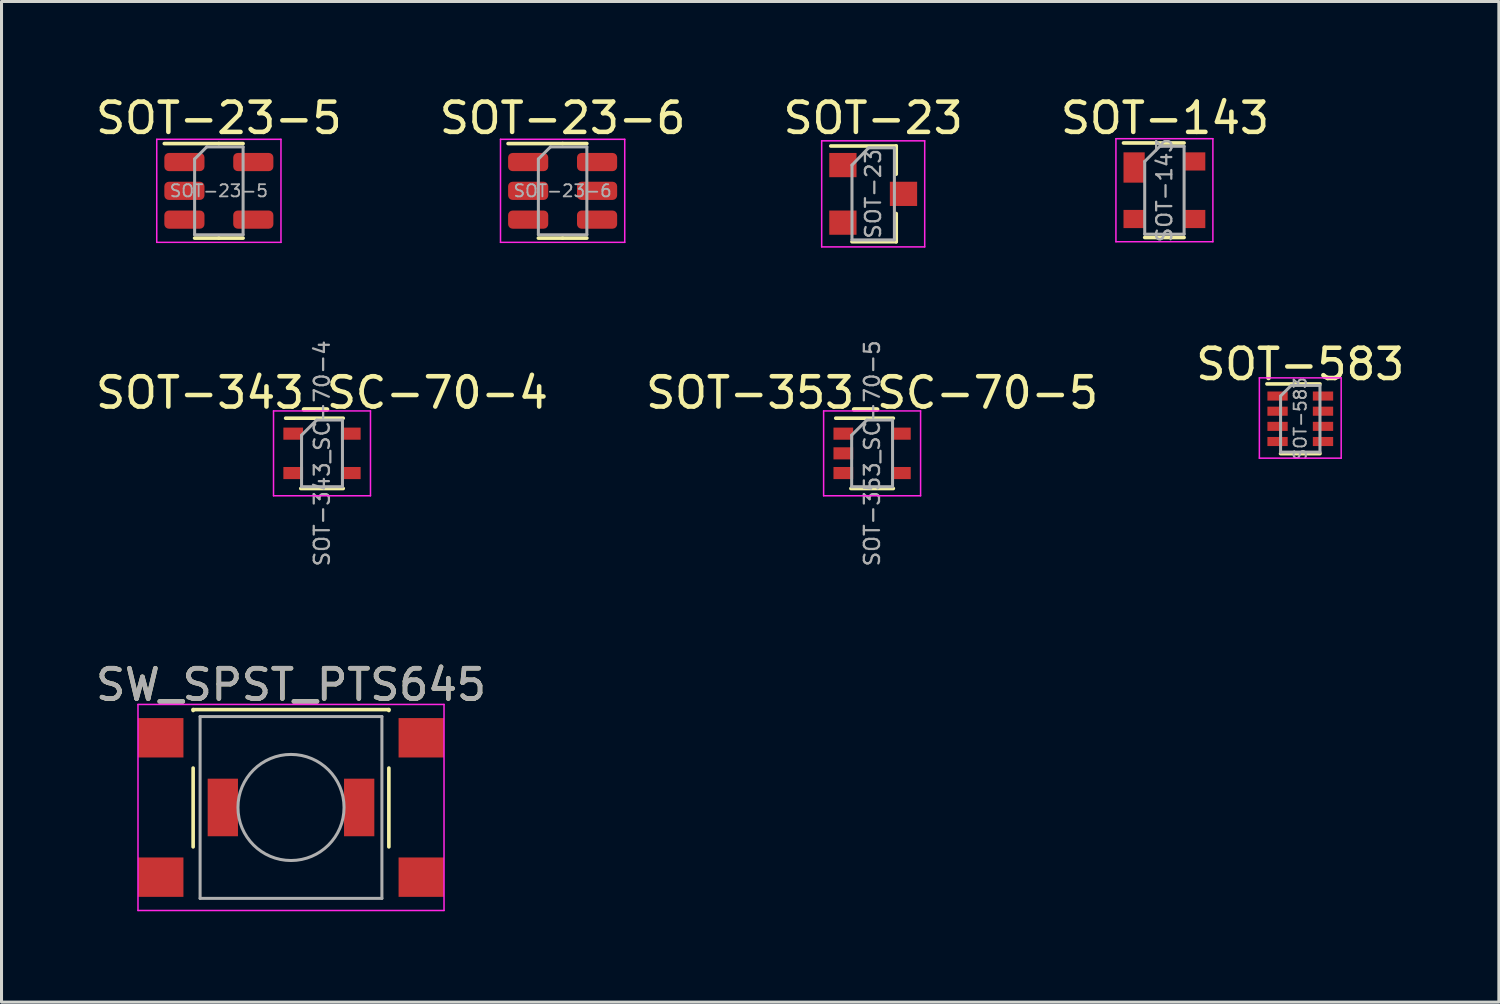
<source format=kicad_pcb>
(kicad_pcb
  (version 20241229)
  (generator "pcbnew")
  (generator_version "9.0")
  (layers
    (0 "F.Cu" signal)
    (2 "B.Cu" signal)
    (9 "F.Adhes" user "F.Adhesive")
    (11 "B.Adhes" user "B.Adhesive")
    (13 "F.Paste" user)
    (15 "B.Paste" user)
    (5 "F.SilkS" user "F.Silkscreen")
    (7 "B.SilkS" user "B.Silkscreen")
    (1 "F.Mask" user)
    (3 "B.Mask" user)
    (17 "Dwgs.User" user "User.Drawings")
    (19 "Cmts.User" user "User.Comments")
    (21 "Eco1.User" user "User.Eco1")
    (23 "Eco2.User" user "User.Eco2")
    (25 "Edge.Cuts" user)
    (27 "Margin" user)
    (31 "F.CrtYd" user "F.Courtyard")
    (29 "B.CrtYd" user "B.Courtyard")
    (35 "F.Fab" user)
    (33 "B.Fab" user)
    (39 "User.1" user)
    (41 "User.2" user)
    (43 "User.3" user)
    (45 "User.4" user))
  (footprint "SOT-343_SC-70-4"
    (layer "F.Cu")
    (at 7.577 11.912)
    (property "Reference" "SOT-343_SC-70-4" (at 0 -2 0) (layer "F.SilkS") (effects (font (size 1 1) (thickness 0.15))))
    (attr smd)
    (fp_line (start -0.7 1.16) (end 0.7 1.16) (stroke (width 0.12) (type solid)) (layer "F.SilkS"))
    (fp_line (start 0.7 -1.16) (end -1.2 -1.16) (stroke (width 0.12) (type solid)) (layer "F.SilkS"))
    (fp_line (start -1.6 -1.4) (end -1.6 1.4) (stroke (width 0.05) (type solid)) (layer "F.CrtYd"))
    (fp_line (start -1.6 -1.4) (end 1.6 -1.4) (stroke (width 0.05) (type solid)) (layer "F.CrtYd"))
    (fp_line (start -1.6 1.4) (end 1.6 1.4) (stroke (width 0.05) (type solid)) (layer "F.CrtYd"))
    (fp_line (start 1.6 1.4) (end 1.6 -1.4) (stroke (width 0.05) (type solid)) (layer "F.CrtYd"))
    (fp_line (start -0.675 -0.6) (end -0.675 1.1) (stroke (width 0.1) (type solid)) (layer "F.Fab"))
    (fp_line (start -0.175 -1.1) (end -0.675 -0.6) (stroke (width 0.1) (type solid)) (layer "F.Fab"))
    (fp_line (start 0.675 -1.1) (end -0.175 -1.1) (stroke (width 0.1) (type solid)) (layer "F.Fab"))
    (fp_line (start 0.675 -1.1) (end 0.675 1.1) (stroke (width 0.1) (type solid)) (layer "F.Fab"))
    (fp_line (start 0.675 1.1) (end -0.675 1.1) (stroke (width 0.1) (type solid)) (layer "F.Fab"))
    (fp_text user "${REFERENCE}" (at 0 0 90) (layer "F.Fab") (effects (font (size 0.5 0.5) (thickness 0.075))))
    (pad "1" smd rect (at -0.95 -0.65) (size 0.65 0.4) (layers "F.Cu" "F.Mask" "F.Paste"))
    (pad "2" smd rect (at -0.95 0.65) (size 0.65 0.4) (layers "F.Cu" "F.Mask" "F.Paste"))
    (pad "3" smd rect (at 0.95 0.65) (size 0.65 0.4) (layers "F.Cu" "F.Mask" "F.Paste"))
    (pad "4" smd rect (at 0.95 -0.65) (size 0.65 0.4) (layers "F.Cu" "F.Mask" "F.Paste")))
  (footprint "SOT-23"
    (layer "F.Cu")
    (at 25.768 3.348)
    (property "Reference" "SOT-23" (at 0 -2.5 0) (layer "F.SilkS") (effects (font (size 1 1) (thickness 0.15))))
    (attr smd)
    (fp_line (start 0.76 -1.58) (end -1.4 -1.58) (stroke (width 0.12) (type solid)) (layer "F.SilkS"))
    (fp_line (start 0.76 -1.58) (end 0.76 -0.65) (stroke (width 0.12) (type solid)) (layer "F.SilkS"))
    (fp_line (start 0.76 1.58) (end -0.7 1.58) (stroke (width 0.12) (type solid)) (layer "F.SilkS"))
    (fp_line (start 0.76 1.58) (end 0.76 0.65) (stroke (width 0.12) (type solid)) (layer "F.SilkS"))
    (fp_line (start -1.7 -1.75) (end 1.7 -1.75) (stroke (width 0.05) (type solid)) (layer "F.CrtYd"))
    (fp_line (start -1.7 1.75) (end -1.7 -1.75) (stroke (width 0.05) (type solid)) (layer "F.CrtYd"))
    (fp_line (start 1.7 -1.75) (end 1.7 1.75) (stroke (width 0.05) (type solid)) (layer "F.CrtYd"))
    (fp_line (start 1.7 1.75) (end -1.7 1.75) (stroke (width 0.05) (type solid)) (layer "F.CrtYd"))
    (fp_line (start -0.7 -0.95) (end -0.7 1.5) (stroke (width 0.1) (type solid)) (layer "F.Fab"))
    (fp_line (start -0.7 -0.95) (end -0.15 -1.52) (stroke (width 0.1) (type solid)) (layer "F.Fab"))
    (fp_line (start -0.7 1.52) (end 0.7 1.52) (stroke (width 0.1) (type solid)) (layer "F.Fab"))
    (fp_line (start -0.15 -1.52) (end 0.7 -1.52) (stroke (width 0.1) (type solid)) (layer "F.Fab"))
    (fp_line (start 0.7 -1.52) (end 0.7 1.52) (stroke (width 0.1) (type solid)) (layer "F.Fab"))
    (fp_text user "${REFERENCE}" (at 0 0 90) (layer "F.Fab") (effects (font (size 0.5 0.5) (thickness 0.075))))
    (pad "1" smd rect (at -1 -0.95) (size 0.9 0.8) (layers "F.Cu" "F.Mask" "F.Paste"))
    (pad "2" smd rect (at -1 0.95) (size 0.9 0.8) (layers "F.Cu" "F.Mask" "F.Paste"))
    (pad "3" smd rect (at 1 0) (size 0.9 0.8) (layers "F.Cu" "F.Mask" "F.Paste")))
  (footprint "SOT-353_SC-70-5"
    (layer "F.Cu")
    (at 25.732 11.912)
    (property "Reference" "SOT-353_SC-70-5" (at 0 -2 0) (layer "F.SilkS") (effects (font (size 1 1) (thickness 0.15))))
    (attr smd)
    (fp_line (start -0.7 1.16) (end 0.7 1.16) (stroke (width 0.12) (type solid)) (layer "F.SilkS"))
    (fp_line (start 0.7 -1.16) (end -1.2 -1.16) (stroke (width 0.12) (type solid)) (layer "F.SilkS"))
    (fp_line (start -1.6 -1.4) (end -1.6 1.4) (stroke (width 0.05) (type solid)) (layer "F.CrtYd"))
    (fp_line (start -1.6 -1.4) (end 1.6 -1.4) (stroke (width 0.05) (type solid)) (layer "F.CrtYd"))
    (fp_line (start -1.6 1.4) (end 1.6 1.4) (stroke (width 0.05) (type solid)) (layer "F.CrtYd"))
    (fp_line (start 1.6 1.4) (end 1.6 -1.4) (stroke (width 0.05) (type solid)) (layer "F.CrtYd"))
    (fp_line (start -0.675 -0.6) (end -0.675 1.1) (stroke (width 0.1) (type solid)) (layer "F.Fab"))
    (fp_line (start -0.175 -1.1) (end -0.675 -0.6) (stroke (width 0.1) (type solid)) (layer "F.Fab"))
    (fp_line (start 0.675 -1.1) (end -0.175 -1.1) (stroke (width 0.1) (type solid)) (layer "F.Fab"))
    (fp_line (start 0.675 -1.1) (end 0.675 1.1) (stroke (width 0.1) (type solid)) (layer "F.Fab"))
    (fp_line (start 0.675 1.1) (end -0.675 1.1) (stroke (width 0.1) (type solid)) (layer "F.Fab"))
    (fp_text user "${REFERENCE}" (at 0 0 90) (layer "F.Fab") (effects (font (size 0.5 0.5) (thickness 0.075))))
    (pad "1" smd rect (at -0.95 -0.65) (size 0.65 0.4) (layers "F.Cu" "F.Mask" "F.Paste"))
    (pad "2" smd rect (at -0.95 0) (size 0.65 0.4) (layers "F.Cu" "F.Mask" "F.Paste"))
    (pad "3" smd rect (at -0.95 0.65) (size 0.65 0.4) (layers "F.Cu" "F.Mask" "F.Paste"))
    (pad "4" smd rect (at 0.95 0.65) (size 0.65 0.4) (layers "F.Cu" "F.Mask" "F.Paste"))
    (pad "5" smd rect (at 0.95 -0.65) (size 0.65 0.4) (layers "F.Cu" "F.Mask" "F.Paste")))
  (footprint "SOT-23-6"
    (layer "F.Cu")
    (at 15.518 3.248)
    (property "Reference" "SOT-23-6" (at 0 -2.4 0) (layer "F.SilkS") (effects (font (size 1 1) (thickness 0.15))))
    (attr smd)
    (fp_line (start 0 -1.56) (end -1.8 -1.56) (stroke (width 0.12) (type solid)) (layer "F.SilkS"))
    (fp_line (start 0 -1.56) (end 0.8 -1.56) (stroke (width 0.12) (type solid)) (layer "F.SilkS"))
    (fp_line (start 0 1.56) (end -0.8 1.56) (stroke (width 0.12) (type solid)) (layer "F.SilkS"))
    (fp_line (start 0 1.56) (end 0.8 1.56) (stroke (width 0.12) (type solid)) (layer "F.SilkS"))
    (fp_line (start -2.05 -1.7) (end -2.05 1.7) (stroke (width 0.05) (type solid)) (layer "F.CrtYd"))
    (fp_line (start -2.05 1.7) (end 2.05 1.7) (stroke (width 0.05) (type solid)) (layer "F.CrtYd"))
    (fp_line (start 2.05 -1.7) (end -2.05 -1.7) (stroke (width 0.05) (type solid)) (layer "F.CrtYd"))
    (fp_line (start 2.05 1.7) (end 2.05 -1.7) (stroke (width 0.05) (type solid)) (layer "F.CrtYd"))
    (fp_line (start -0.8 -1.05) (end -0.4 -1.45) (stroke (width 0.1) (type solid)) (layer "F.Fab"))
    (fp_line (start -0.8 1.45) (end -0.8 -1.05) (stroke (width 0.1) (type solid)) (layer "F.Fab"))
    (fp_line (start -0.4 -1.45) (end 0.8 -1.45) (stroke (width 0.1) (type solid)) (layer "F.Fab"))
    (fp_line (start 0.8 -1.45) (end 0.8 1.45) (stroke (width 0.1) (type solid)) (layer "F.Fab"))
    (fp_line (start 0.8 1.45) (end -0.8 1.45) (stroke (width 0.1) (type solid)) (layer "F.Fab"))
    (fp_text user "${REFERENCE}" (at 0 0 0) (layer "F.Fab") (effects (font (size 0.4 0.4) (thickness 0.06))))
    (pad "1" smd roundrect (at -1.137 -0.95) (size 1.325 0.6) (layers "F.Cu" "F.Mask" "F.Paste") (roundrect_rratio 0.25))
    (pad "2" smd roundrect (at -1.137 0) (size 1.325 0.6) (layers "F.Cu" "F.Mask" "F.Paste") (roundrect_rratio 0.25))
    (pad "3" smd roundrect (at -1.137 0.95) (size 1.325 0.6) (layers "F.Cu" "F.Mask" "F.Paste") (roundrect_rratio 0.25))
    (pad "4" smd roundrect (at 1.137 0.95) (size 1.325 0.6) (layers "F.Cu" "F.Mask" "F.Paste") (roundrect_rratio 0.25))
    (pad "5" smd roundrect (at 1.137 0) (size 1.325 0.6) (layers "F.Cu" "F.Mask" "F.Paste") (roundrect_rratio 0.25))
    (pad "6" smd roundrect (at 1.137 -0.95) (size 1.325 0.6) (layers "F.Cu" "F.Mask" "F.Paste") (roundrect_rratio 0.25)))
  (footprint "SOT-23-5"
    (layer "F.Cu")
    (at 4.173 3.248)
    (property "Reference" "SOT-23-5" (at 0 -2.4 0) (layer "F.SilkS") (effects (font (size 1 1) (thickness 0.15))))
    (attr smd)
    (fp_line (start 0 -1.56) (end -1.8 -1.56) (stroke (width 0.12) (type solid)) (layer "F.SilkS"))
    (fp_line (start 0 -1.56) (end 0.8 -1.56) (stroke (width 0.12) (type solid)) (layer "F.SilkS"))
    (fp_line (start 0 1.56) (end -0.8 1.56) (stroke (width 0.12) (type solid)) (layer "F.SilkS"))
    (fp_line (start 0 1.56) (end 0.8 1.56) (stroke (width 0.12) (type solid)) (layer "F.SilkS"))
    (fp_line (start -2.05 -1.7) (end -2.05 1.7) (stroke (width 0.05) (type solid)) (layer "F.CrtYd"))
    (fp_line (start -2.05 1.7) (end 2.05 1.7) (stroke (width 0.05) (type solid)) (layer "F.CrtYd"))
    (fp_line (start 2.05 -1.7) (end -2.05 -1.7) (stroke (width 0.05) (type solid)) (layer "F.CrtYd"))
    (fp_line (start 2.05 1.7) (end 2.05 -1.7) (stroke (width 0.05) (type solid)) (layer "F.CrtYd"))
    (fp_line (start -0.8 -1.05) (end -0.4 -1.45) (stroke (width 0.1) (type solid)) (layer "F.Fab"))
    (fp_line (start -0.8 1.45) (end -0.8 -1.05) (stroke (width 0.1) (type solid)) (layer "F.Fab"))
    (fp_line (start -0.4 -1.45) (end 0.8 -1.45) (stroke (width 0.1) (type solid)) (layer "F.Fab"))
    (fp_line (start 0.8 -1.45) (end 0.8 1.45) (stroke (width 0.1) (type solid)) (layer "F.Fab"))
    (fp_line (start 0.8 1.45) (end -0.8 1.45) (stroke (width 0.1) (type solid)) (layer "F.Fab"))
    (fp_text user "${REFERENCE}" (at 0 0 0) (layer "F.Fab") (effects (font (size 0.4 0.4) (thickness 0.06))))
    (pad "1" smd roundrect (at -1.137 -0.95) (size 1.325 0.6) (layers "F.Cu" "F.Mask" "F.Paste") (roundrect_rratio 0.25))
    (pad "2" smd roundrect (at -1.137 0) (size 1.325 0.6) (layers "F.Cu" "F.Mask" "F.Paste") (roundrect_rratio 0.25))
    (pad "3" smd roundrect (at -1.137 0.95) (size 1.325 0.6) (layers "F.Cu" "F.Mask" "F.Paste") (roundrect_rratio 0.25))
    (pad "4" smd roundrect (at 1.137 0.95) (size 1.325 0.6) (layers "F.Cu" "F.Mask" "F.Paste") (roundrect_rratio 0.25))
    (pad "5" smd roundrect (at 1.137 -0.95) (size 1.325 0.6) (layers "F.Cu" "F.Mask" "F.Paste") (roundrect_rratio 0.25)))
  (footprint "SOT-583"
    (layer "F.Cu")
    (at 39.863 10.771)
    (property "Reference" "SOT-583" (at 0 -1.8 0) (layer "F.SilkS") (effects (font (size 1 1) (thickness 0.15))))
    (attr smd)
    (fp_line (start -1.1 -1.15) (end 0.65 -1.15) (stroke (width 0.12) (type solid)) (layer "F.SilkS"))
    (fp_line (start 0.65 1.15) (end -0.65 1.15) (stroke (width 0.12) (type solid)) (layer "F.SilkS"))
    (fp_line (start -1.35 -1.35) (end -1.35 1.3) (stroke (width 0.05) (type solid)) (layer "F.CrtYd"))
    (fp_line (start -1.35 -1.35) (end 1.35 -1.35) (stroke (width 0.05) (type solid)) (layer "F.CrtYd"))
    (fp_line (start 1.35 1.3) (end -1.35 1.3) (stroke (width 0.05) (type solid)) (layer "F.CrtYd"))
    (fp_line (start 1.35 1.3) (end 1.35 -1.35) (stroke (width 0.05) (type solid)) (layer "F.CrtYd"))
    (fp_line (start -0.65 -0.75) (end -0.65 1.1) (stroke (width 0.1) (type solid)) (layer "F.Fab"))
    (fp_line (start -0.65 -0.75) (end -0.3 -1.1) (stroke (width 0.1) (type solid)) (layer "F.Fab"))
    (fp_line (start -0.65 1.1) (end 0.65 1.1) (stroke (width 0.1) (type solid)) (layer "F.Fab"))
    (fp_line (start 0.65 -1.1) (end -0.3 -1.1) (stroke (width 0.1) (type solid)) (layer "F.Fab"))
    (fp_line (start 0.65 1.1) (end 0.65 -1.1) (stroke (width 0.1) (type solid)) (layer "F.Fab"))
    (fp_text user "${REFERENCE}" (at 0 0 90) (layer "F.Fab") (effects (font (size 0.4 0.4) (thickness 0.062))))
    (pad "1" smd rect (at -0.75 -0.75) (size 0.67 0.3) (layers "F.Cu" "F.Mask" "F.Paste"))
    (pad "2" smd rect (at -0.75 -0.25) (size 0.67 0.3) (layers "F.Cu" "F.Mask" "F.Paste"))
    (pad "3" smd rect (at -0.75 0.25) (size 0.67 0.3) (layers "F.Cu" "F.Mask" "F.Paste"))
    (pad "4" smd rect (at -0.75 0.75) (size 0.67 0.3) (layers "F.Cu" "F.Mask" "F.Paste"))
    (pad "5" smd rect (at 0.75 0.75) (size 0.67 0.3) (layers "F.Cu" "F.Mask" "F.Paste"))
    (pad "6" smd rect (at 0.75 0.25) (size 0.67 0.3) (layers "F.Cu" "F.Mask" "F.Paste"))
    (pad "7" smd rect (at 0.75 -0.25) (size 0.67 0.3) (layers "F.Cu" "F.Mask" "F.Paste"))
    (pad "8" smd rect (at 0.75 -0.75) (size 0.67 0.3) (layers "F.Cu" "F.Mask" "F.Paste")))
  (footprint "SOT-143"
    (layer "F.Cu")
    (at 35.379 3.228)
    (property "Reference" "SOT-143" (at 0.02 -2.38 0) (layer "F.SilkS") (effects (font (size 1 1) (thickness 0.15))))
    (attr smd)
    (fp_line (start -0.65 1.56) (end 0.65 1.56) (stroke (width 0.12) (type solid)) (layer "F.SilkS"))
    (fp_line (start 0.65 -1.56) (end -1.35 -1.56) (stroke (width 0.12) (type solid)) (layer "F.SilkS"))
    (fp_line (start -1.6 1.7) (end -1.6 -1.7) (stroke (width 0.05) (type solid)) (layer "F.CrtYd"))
    (fp_line (start -1.6 1.7) (end 1.6 1.7) (stroke (width 0.05) (type solid)) (layer "F.CrtYd"))
    (fp_line (start 1.6 -1.7) (end -1.6 -1.7) (stroke (width 0.05) (type solid)) (layer "F.CrtYd"))
    (fp_line (start 1.6 -1.7) (end 1.6 1.7) (stroke (width 0.05) (type solid)) (layer "F.CrtYd"))
    (fp_line (start -0.65 -0.95) (end -0.15 -1.45) (stroke (width 0.1) (type solid)) (layer "F.Fab"))
    (fp_line (start -0.65 1.45) (end -0.65 -0.95) (stroke (width 0.1) (type solid)) (layer "F.Fab"))
    (fp_line (start -0.15 -1.45) (end 0.65 -1.45) (stroke (width 0.1) (type solid)) (layer "F.Fab"))
    (fp_line (start 0.65 -1.45) (end 0.65 1.45) (stroke (width 0.1) (type solid)) (layer "F.Fab"))
    (fp_line (start 0.65 1.45) (end -0.65 1.45) (stroke (width 0.1) (type solid)) (layer "F.Fab"))
    (fp_text user "${REFERENCE}" (at 0 0 90) (layer "F.Fab") (effects (font (size 0.5 0.5) (thickness 0.075))))
    (pad "1" smd rect (at -1 -0.75) (size 0.7 1) (layers "F.Cu" "F.Mask" "F.Paste"))
    (pad "2" smd rect (at -1 0.95) (size 0.7 0.6) (layers "F.Cu" "F.Mask" "F.Paste"))
    (pad "3" smd rect (at 1 0.95) (size 0.7 0.6) (layers "F.Cu" "F.Mask" "F.Paste"))
    (pad "4" smd rect (at 1 -0.95) (size 0.7 0.6) (layers "F.Cu" "F.Mask" "F.Paste")))
  (footprint "SW_SPST_PTS645"
    (layer "F.Cu")
    (at 6.554 23.599)
    (property "Reference" "SW_SPST_PTS645" (at 0 -4.05 0) (layer "F.SilkS") (effects (font (size 1 1) (thickness 0.15))))
    (attr smd)
    (fp_line (start -3.23 -3.23) (end 3.23 -3.23) (stroke (width 0.12) (type solid)) (layer "F.SilkS"))
    (fp_line (start -3.23 -3.2) (end -3.23 -3.23) (stroke (width 0.12) (type solid)) (layer "F.SilkS"))
    (fp_line (start -3.23 -1.3) (end -3.23 1.3) (stroke (width 0.12) (type solid)) (layer "F.SilkS"))
    (fp_line (start 3.23 -3.23) (end 3.23 -3.2) (stroke (width 0.12) (type solid)) (layer "F.SilkS"))
    (fp_line (start 3.23 -1.3) (end 3.23 1.3) (stroke (width 0.12) (type solid)) (layer "F.SilkS"))
    (fp_line (start -5.05 -3.4) (end -5.05 3.4) (stroke (width 0.05) (type solid)) (layer "F.CrtYd"))
    (fp_line (start -5.05 -3.4) (end 5.05 -3.4) (stroke (width 0.05) (type solid)) (layer "F.CrtYd"))
    (fp_line (start -5.05 3.4) (end 5.05 3.4) (stroke (width 0.05) (type solid)) (layer "F.CrtYd"))
    (fp_line (start 5.05 3.4) (end 5.05 -3.4) (stroke (width 0.05) (type solid)) (layer "F.CrtYd"))
    (fp_line (start -3 -3) (end -3 3) (stroke (width 0.1) (type solid)) (layer "F.Fab"))
    (fp_line (start -3 3) (end 3 3) (stroke (width 0.1) (type solid)) (layer "F.Fab"))
    (fp_line (start 3 -3) (end -3 -3) (stroke (width 0.1) (type solid)) (layer "F.Fab"))
    (fp_line (start 3 3) (end 3 -3) (stroke (width 0.1) (type solid)) (layer "F.Fab"))
    (fp_circle (center 0 0) (end 1.75 -0.05) (stroke (width 0.1) (type solid)) (fill no) (layer "F.Fab"))
    (fp_text user "${REFERENCE}" (at 0 -4.05 0) (layer "F.Fab") (effects (font (size 1 1) (thickness 0.15))))
    (pad "1" smd rect (at -2.25 0) (size 1 1.9) (layers "F.Cu" "F.Mask" "F.Paste"))
    (pad "2" smd rect (at 2.25 0) (size 1 1.9) (layers "F.Cu" "F.Mask" "F.Paste"))
    (pad "MP" smd rect (at -4.3 -2.3) (size 1.5 1.3) (layers "F.Cu" "F.Mask" "F.Paste"))
    (pad "MP" smd rect (at -4.3 2.3) (size 1.5 1.3) (layers "F.Cu" "F.Mask" "F.Paste"))
    (pad "MP" smd rect (at 4.3 -2.3) (size 1.5 1.3) (layers "F.Cu" "F.Mask" "F.Paste"))
    (pad "MP" smd rect (at 4.3 2.3) (size 1.5 1.3) (layers "F.Cu" "F.Mask" "F.Paste")))
  (gr_rect
    (start -3 -3)
    (end 46.417 30.024)
    (stroke (width 0.1) (type default))
    (fill no)
    (layer "Edge.Cuts")))
</source>
